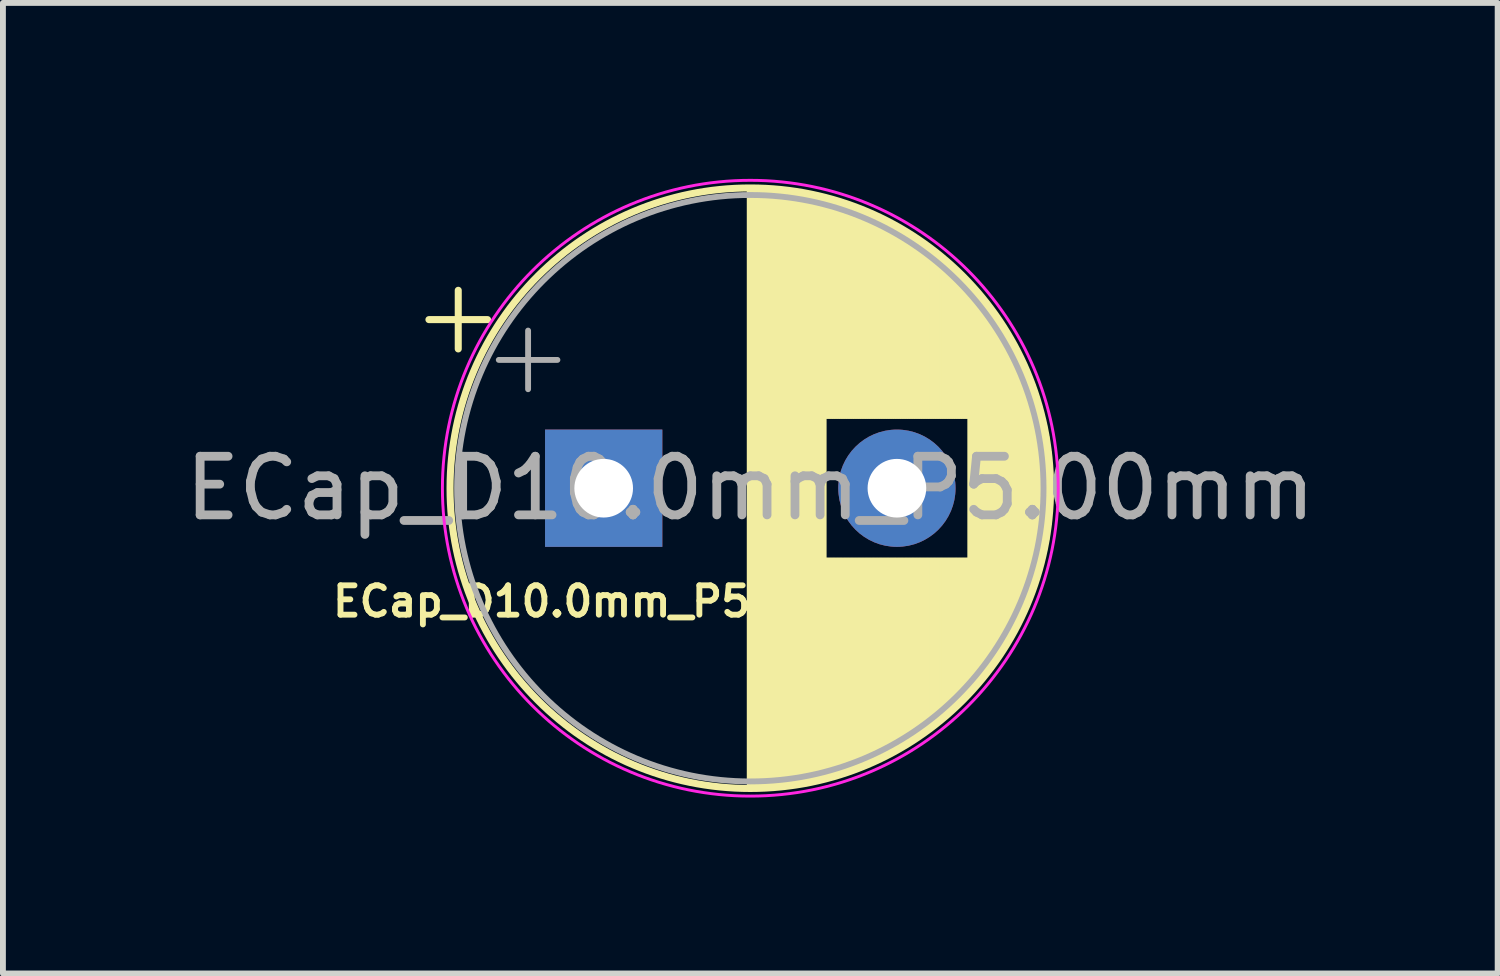
<source format=kicad_pcb>
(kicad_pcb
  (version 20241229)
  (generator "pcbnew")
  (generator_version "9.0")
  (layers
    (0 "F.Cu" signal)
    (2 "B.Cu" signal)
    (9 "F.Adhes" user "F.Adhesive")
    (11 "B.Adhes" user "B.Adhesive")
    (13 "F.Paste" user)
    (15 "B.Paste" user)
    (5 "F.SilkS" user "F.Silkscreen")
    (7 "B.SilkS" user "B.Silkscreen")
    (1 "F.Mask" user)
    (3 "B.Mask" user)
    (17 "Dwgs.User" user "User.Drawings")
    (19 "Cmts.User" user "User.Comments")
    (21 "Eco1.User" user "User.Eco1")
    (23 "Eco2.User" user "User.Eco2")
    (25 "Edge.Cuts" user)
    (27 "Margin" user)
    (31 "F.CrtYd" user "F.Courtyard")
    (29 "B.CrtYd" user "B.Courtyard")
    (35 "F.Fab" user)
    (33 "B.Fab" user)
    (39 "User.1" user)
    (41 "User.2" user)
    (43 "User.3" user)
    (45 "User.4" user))
  (footprint "ECap_D10.0mm_P5.00mm"
    (layer "F.Cu")
    (at 7.244 5.275)
    (property "Reference" "ECap_D10.0mm_P5.00mm" (at 0.203 1.93 0) (layer "F.SilkS") (effects (font (size 0.5 0.5) (thickness 0.1))))
    (attr through_hole)
    (fp_line (start -2.98 -2.875) (end -1.98 -2.875) (stroke (width 0.12) (type solid)) (layer "F.SilkS"))
    (fp_line (start -2.48 -3.375) (end -2.48 -2.375) (stroke (width 0.12) (type solid)) (layer "F.SilkS"))
    (fp_line (start 2.5 -5.08) (end 2.5 5.08) (stroke (width 0.12) (type solid)) (layer "F.SilkS"))
    (fp_line (start 2.54 -5.08) (end 2.54 5.08) (stroke (width 0.12) (type solid)) (layer "F.SilkS"))
    (fp_line (start 2.58 -5.08) (end 2.58 5.08) (stroke (width 0.12) (type solid)) (layer "F.SilkS"))
    (fp_line (start 2.62 -5.079) (end 2.62 5.079) (stroke (width 0.12) (type solid)) (layer "F.SilkS"))
    (fp_line (start 2.66 -5.078) (end 2.66 5.078) (stroke (width 0.12) (type solid)) (layer "F.SilkS"))
    (fp_line (start 2.7 -5.077) (end 2.7 5.077) (stroke (width 0.12) (type solid)) (layer "F.SilkS"))
    (fp_line (start 2.74 -5.075) (end 2.74 5.075) (stroke (width 0.12) (type solid)) (layer "F.SilkS"))
    (fp_line (start 2.78 -5.073) (end 2.78 5.073) (stroke (width 0.12) (type solid)) (layer "F.SilkS"))
    (fp_line (start 2.82 -5.07) (end 2.82 5.07) (stroke (width 0.12) (type solid)) (layer "F.SilkS"))
    (fp_line (start 2.86 -5.068) (end 2.86 5.068) (stroke (width 0.12) (type solid)) (layer "F.SilkS"))
    (fp_line (start 2.9 -5.065) (end 2.9 5.065) (stroke (width 0.12) (type solid)) (layer "F.SilkS"))
    (fp_line (start 2.94 -5.062) (end 2.94 5.062) (stroke (width 0.12) (type solid)) (layer "F.SilkS"))
    (fp_line (start 2.98 -5.058) (end 2.98 5.058) (stroke (width 0.12) (type solid)) (layer "F.SilkS"))
    (fp_line (start 3.02 -5.054) (end 3.02 5.054) (stroke (width 0.12) (type solid)) (layer "F.SilkS"))
    (fp_line (start 3.06 -5.05) (end 3.06 5.05) (stroke (width 0.12) (type solid)) (layer "F.SilkS"))
    (fp_line (start 3.1 -5.045) (end 3.1 5.045) (stroke (width 0.12) (type solid)) (layer "F.SilkS"))
    (fp_line (start 3.14 -5.04) (end 3.14 5.04) (stroke (width 0.12) (type solid)) (layer "F.SilkS"))
    (fp_line (start 3.18 -5.035) (end 3.18 5.035) (stroke (width 0.12) (type solid)) (layer "F.SilkS"))
    (fp_line (start 3.221 -5.03) (end 3.221 5.03) (stroke (width 0.12) (type solid)) (layer "F.SilkS"))
    (fp_line (start 3.261 -5.024) (end 3.261 5.024) (stroke (width 0.12) (type solid)) (layer "F.SilkS"))
    (fp_line (start 3.301 -5.018) (end 3.301 5.018) (stroke (width 0.12) (type solid)) (layer "F.SilkS"))
    (fp_line (start 3.341 -5.011) (end 3.341 5.011) (stroke (width 0.12) (type solid)) (layer "F.SilkS"))
    (fp_line (start 3.381 -5.004) (end 3.381 5.004) (stroke (width 0.12) (type solid)) (layer "F.SilkS"))
    (fp_line (start 3.421 -4.997) (end 3.421 4.997) (stroke (width 0.12) (type solid)) (layer "F.SilkS"))
    (fp_line (start 3.461 -4.99) (end 3.461 4.99) (stroke (width 0.12) (type solid)) (layer "F.SilkS"))
    (fp_line (start 3.501 -4.982) (end 3.501 4.982) (stroke (width 0.12) (type solid)) (layer "F.SilkS"))
    (fp_line (start 3.541 -4.974) (end 3.541 4.974) (stroke (width 0.12) (type solid)) (layer "F.SilkS"))
    (fp_line (start 3.581 -4.965) (end 3.581 4.965) (stroke (width 0.12) (type solid)) (layer "F.SilkS"))
    (fp_line (start 3.621 -4.956) (end 3.621 4.956) (stroke (width 0.12) (type solid)) (layer "F.SilkS"))
    (fp_line (start 3.661 -4.947) (end 3.661 4.947) (stroke (width 0.12) (type solid)) (layer "F.SilkS"))
    (fp_line (start 3.701 -4.938) (end 3.701 4.938) (stroke (width 0.12) (type solid)) (layer "F.SilkS"))
    (fp_line (start 3.741 -4.928) (end 3.741 4.928) (stroke (width 0.12) (type solid)) (layer "F.SilkS"))
    (fp_line (start 3.781 -4.918) (end 3.781 -1.241) (stroke (width 0.12) (type solid)) (layer "F.SilkS"))
    (fp_line (start 3.781 1.241) (end 3.781 4.918) (stroke (width 0.12) (type solid)) (layer "F.SilkS"))
    (fp_line (start 3.821 -4.907) (end 3.821 -1.241) (stroke (width 0.12) (type solid)) (layer "F.SilkS"))
    (fp_line (start 3.821 1.241) (end 3.821 4.907) (stroke (width 0.12) (type solid)) (layer "F.SilkS"))
    (fp_line (start 3.861 -4.897) (end 3.861 -1.241) (stroke (width 0.12) (type solid)) (layer "F.SilkS"))
    (fp_line (start 3.861 1.241) (end 3.861 4.897) (stroke (width 0.12) (type solid)) (layer "F.SilkS"))
    (fp_line (start 3.901 -4.885) (end 3.901 -1.241) (stroke (width 0.12) (type solid)) (layer "F.SilkS"))
    (fp_line (start 3.901 1.241) (end 3.901 4.885) (stroke (width 0.12) (type solid)) (layer "F.SilkS"))
    (fp_line (start 3.941 -4.874) (end 3.941 -1.241) (stroke (width 0.12) (type solid)) (layer "F.SilkS"))
    (fp_line (start 3.941 1.241) (end 3.941 4.874) (stroke (width 0.12) (type solid)) (layer "F.SilkS"))
    (fp_line (start 3.981 -4.862) (end 3.981 -1.241) (stroke (width 0.12) (type solid)) (layer "F.SilkS"))
    (fp_line (start 3.981 1.241) (end 3.981 4.862) (stroke (width 0.12) (type solid)) (layer "F.SilkS"))
    (fp_line (start 4.021 -4.85) (end 4.021 -1.241) (stroke (width 0.12) (type solid)) (layer "F.SilkS"))
    (fp_line (start 4.021 1.241) (end 4.021 4.85) (stroke (width 0.12) (type solid)) (layer "F.SilkS"))
    (fp_line (start 4.061 -4.837) (end 4.061 -1.241) (stroke (width 0.12) (type solid)) (layer "F.SilkS"))
    (fp_line (start 4.061 1.241) (end 4.061 4.837) (stroke (width 0.12) (type solid)) (layer "F.SilkS"))
    (fp_line (start 4.101 -4.824) (end 4.101 -1.241) (stroke (width 0.12) (type solid)) (layer "F.SilkS"))
    (fp_line (start 4.101 1.241) (end 4.101 4.824) (stroke (width 0.12) (type solid)) (layer "F.SilkS"))
    (fp_line (start 4.141 -4.811) (end 4.141 -1.241) (stroke (width 0.12) (type solid)) (layer "F.SilkS"))
    (fp_line (start 4.141 1.241) (end 4.141 4.811) (stroke (width 0.12) (type solid)) (layer "F.SilkS"))
    (fp_line (start 4.181 -4.797) (end 4.181 -1.241) (stroke (width 0.12) (type solid)) (layer "F.SilkS"))
    (fp_line (start 4.181 1.241) (end 4.181 4.797) (stroke (width 0.12) (type solid)) (layer "F.SilkS"))
    (fp_line (start 4.221 -4.783) (end 4.221 -1.241) (stroke (width 0.12) (type solid)) (layer "F.SilkS"))
    (fp_line (start 4.221 1.241) (end 4.221 4.783) (stroke (width 0.12) (type solid)) (layer "F.SilkS"))
    (fp_line (start 4.261 -4.768) (end 4.261 -1.241) (stroke (width 0.12) (type solid)) (layer "F.SilkS"))
    (fp_line (start 4.261 1.241) (end 4.261 4.768) (stroke (width 0.12) (type solid)) (layer "F.SilkS"))
    (fp_line (start 4.301 -4.754) (end 4.301 -1.241) (stroke (width 0.12) (type solid)) (layer "F.SilkS"))
    (fp_line (start 4.301 1.241) (end 4.301 4.754) (stroke (width 0.12) (type solid)) (layer "F.SilkS"))
    (fp_line (start 4.341 -4.738) (end 4.341 -1.241) (stroke (width 0.12) (type solid)) (layer "F.SilkS"))
    (fp_line (start 4.341 1.241) (end 4.341 4.738) (stroke (width 0.12) (type solid)) (layer "F.SilkS"))
    (fp_line (start 4.381 -4.723) (end 4.381 -1.241) (stroke (width 0.12) (type solid)) (layer "F.SilkS"))
    (fp_line (start 4.381 1.241) (end 4.381 4.723) (stroke (width 0.12) (type solid)) (layer "F.SilkS"))
    (fp_line (start 4.421 -4.707) (end 4.421 -1.241) (stroke (width 0.12) (type solid)) (layer "F.SilkS"))
    (fp_line (start 4.421 1.241) (end 4.421 4.707) (stroke (width 0.12) (type solid)) (layer "F.SilkS"))
    (fp_line (start 4.461 -4.69) (end 4.461 -1.241) (stroke (width 0.12) (type solid)) (layer "F.SilkS"))
    (fp_line (start 4.461 1.241) (end 4.461 4.69) (stroke (width 0.12) (type solid)) (layer "F.SilkS"))
    (fp_line (start 4.501 -4.674) (end 4.501 -1.241) (stroke (width 0.12) (type solid)) (layer "F.SilkS"))
    (fp_line (start 4.501 1.241) (end 4.501 4.674) (stroke (width 0.12) (type solid)) (layer "F.SilkS"))
    (fp_line (start 4.541 -4.657) (end 4.541 -1.241) (stroke (width 0.12) (type solid)) (layer "F.SilkS"))
    (fp_line (start 4.541 1.241) (end 4.541 4.657) (stroke (width 0.12) (type solid)) (layer "F.SilkS"))
    (fp_line (start 4.581 -4.639) (end 4.581 -1.241) (stroke (width 0.12) (type solid)) (layer "F.SilkS"))
    (fp_line (start 4.581 1.241) (end 4.581 4.639) (stroke (width 0.12) (type solid)) (layer "F.SilkS"))
    (fp_line (start 4.621 -4.621) (end 4.621 -1.241) (stroke (width 0.12) (type solid)) (layer "F.SilkS"))
    (fp_line (start 4.621 1.241) (end 4.621 4.621) (stroke (width 0.12) (type solid)) (layer "F.SilkS"))
    (fp_line (start 4.661 -4.603) (end 4.661 -1.241) (stroke (width 0.12) (type solid)) (layer "F.SilkS"))
    (fp_line (start 4.661 1.241) (end 4.661 4.603) (stroke (width 0.12) (type solid)) (layer "F.SilkS"))
    (fp_line (start 4.701 -4.584) (end 4.701 -1.241) (stroke (width 0.12) (type solid)) (layer "F.SilkS"))
    (fp_line (start 4.701 1.241) (end 4.701 4.584) (stroke (width 0.12) (type solid)) (layer "F.SilkS"))
    (fp_line (start 4.741 -4.564) (end 4.741 -1.241) (stroke (width 0.12) (type solid)) (layer "F.SilkS"))
    (fp_line (start 4.741 1.241) (end 4.741 4.564) (stroke (width 0.12) (type solid)) (layer "F.SilkS"))
    (fp_line (start 4.781 -4.545) (end 4.781 -1.241) (stroke (width 0.12) (type solid)) (layer "F.SilkS"))
    (fp_line (start 4.781 1.241) (end 4.781 4.545) (stroke (width 0.12) (type solid)) (layer "F.SilkS"))
    (fp_line (start 4.821 -4.525) (end 4.821 -1.241) (stroke (width 0.12) (type solid)) (layer "F.SilkS"))
    (fp_line (start 4.821 1.241) (end 4.821 4.525) (stroke (width 0.12) (type solid)) (layer "F.SilkS"))
    (fp_line (start 4.861 -4.504) (end 4.861 -1.241) (stroke (width 0.12) (type solid)) (layer "F.SilkS"))
    (fp_line (start 4.861 1.241) (end 4.861 4.504) (stroke (width 0.12) (type solid)) (layer "F.SilkS"))
    (fp_line (start 4.901 -4.483) (end 4.901 -1.241) (stroke (width 0.12) (type solid)) (layer "F.SilkS"))
    (fp_line (start 4.901 1.241) (end 4.901 4.483) (stroke (width 0.12) (type solid)) (layer "F.SilkS"))
    (fp_line (start 4.941 -4.462) (end 4.941 -1.241) (stroke (width 0.12) (type solid)) (layer "F.SilkS"))
    (fp_line (start 4.941 1.241) (end 4.941 4.462) (stroke (width 0.12) (type solid)) (layer "F.SilkS"))
    (fp_line (start 4.981 -4.44) (end 4.981 -1.241) (stroke (width 0.12) (type solid)) (layer "F.SilkS"))
    (fp_line (start 4.981 1.241) (end 4.981 4.44) (stroke (width 0.12) (type solid)) (layer "F.SilkS"))
    (fp_line (start 5.021 -4.417) (end 5.021 -1.241) (stroke (width 0.12) (type solid)) (layer "F.SilkS"))
    (fp_line (start 5.021 1.241) (end 5.021 4.417) (stroke (width 0.12) (type solid)) (layer "F.SilkS"))
    (fp_line (start 5.061 -4.395) (end 5.061 -1.241) (stroke (width 0.12) (type solid)) (layer "F.SilkS"))
    (fp_line (start 5.061 1.241) (end 5.061 4.395) (stroke (width 0.12) (type solid)) (layer "F.SilkS"))
    (fp_line (start 5.101 -4.371) (end 5.101 -1.241) (stroke (width 0.12) (type solid)) (layer "F.SilkS"))
    (fp_line (start 5.101 1.241) (end 5.101 4.371) (stroke (width 0.12) (type solid)) (layer "F.SilkS"))
    (fp_line (start 5.141 -4.347) (end 5.141 -1.241) (stroke (width 0.12) (type solid)) (layer "F.SilkS"))
    (fp_line (start 5.141 1.241) (end 5.141 4.347) (stroke (width 0.12) (type solid)) (layer "F.SilkS"))
    (fp_line (start 5.181 -4.323) (end 5.181 -1.241) (stroke (width 0.12) (type solid)) (layer "F.SilkS"))
    (fp_line (start 5.181 1.241) (end 5.181 4.323) (stroke (width 0.12) (type solid)) (layer "F.SilkS"))
    (fp_line (start 5.221 -4.298) (end 5.221 -1.241) (stroke (width 0.12) (type solid)) (layer "F.SilkS"))
    (fp_line (start 5.221 1.241) (end 5.221 4.298) (stroke (width 0.12) (type solid)) (layer "F.SilkS"))
    (fp_line (start 5.261 -4.273) (end 5.261 -1.241) (stroke (width 0.12) (type solid)) (layer "F.SilkS"))
    (fp_line (start 5.261 1.241) (end 5.261 4.273) (stroke (width 0.12) (type solid)) (layer "F.SilkS"))
    (fp_line (start 5.301 -4.247) (end 5.301 -1.241) (stroke (width 0.12) (type solid)) (layer "F.SilkS"))
    (fp_line (start 5.301 1.241) (end 5.301 4.247) (stroke (width 0.12) (type solid)) (layer "F.SilkS"))
    (fp_line (start 5.341 -4.221) (end 5.341 -1.241) (stroke (width 0.12) (type solid)) (layer "F.SilkS"))
    (fp_line (start 5.341 1.241) (end 5.341 4.221) (stroke (width 0.12) (type solid)) (layer "F.SilkS"))
    (fp_line (start 5.381 -4.194) (end 5.381 -1.241) (stroke (width 0.12) (type solid)) (layer "F.SilkS"))
    (fp_line (start 5.381 1.241) (end 5.381 4.194) (stroke (width 0.12) (type solid)) (layer "F.SilkS"))
    (fp_line (start 5.421 -4.166) (end 5.421 -1.241) (stroke (width 0.12) (type solid)) (layer "F.SilkS"))
    (fp_line (start 5.421 1.241) (end 5.421 4.166) (stroke (width 0.12) (type solid)) (layer "F.SilkS"))
    (fp_line (start 5.461 -4.138) (end 5.461 -1.241) (stroke (width 0.12) (type solid)) (layer "F.SilkS"))
    (fp_line (start 5.461 1.241) (end 5.461 4.138) (stroke (width 0.12) (type solid)) (layer "F.SilkS"))
    (fp_line (start 5.501 -4.11) (end 5.501 -1.241) (stroke (width 0.12) (type solid)) (layer "F.SilkS"))
    (fp_line (start 5.501 1.241) (end 5.501 4.11) (stroke (width 0.12) (type solid)) (layer "F.SilkS"))
    (fp_line (start 5.541 -4.08) (end 5.541 -1.241) (stroke (width 0.12) (type solid)) (layer "F.SilkS"))
    (fp_line (start 5.541 1.241) (end 5.541 4.08) (stroke (width 0.12) (type solid)) (layer "F.SilkS"))
    (fp_line (start 5.581 -4.05) (end 5.581 -1.241) (stroke (width 0.12) (type solid)) (layer "F.SilkS"))
    (fp_line (start 5.581 1.241) (end 5.581 4.05) (stroke (width 0.12) (type solid)) (layer "F.SilkS"))
    (fp_line (start 5.621 -4.02) (end 5.621 -1.241) (stroke (width 0.12) (type solid)) (layer "F.SilkS"))
    (fp_line (start 5.621 1.241) (end 5.621 4.02) (stroke (width 0.12) (type solid)) (layer "F.SilkS"))
    (fp_line (start 5.661 -3.989) (end 5.661 -1.241) (stroke (width 0.12) (type solid)) (layer "F.SilkS"))
    (fp_line (start 5.661 1.241) (end 5.661 3.989) (stroke (width 0.12) (type solid)) (layer "F.SilkS"))
    (fp_line (start 5.701 -3.957) (end 5.701 -1.241) (stroke (width 0.12) (type solid)) (layer "F.SilkS"))
    (fp_line (start 5.701 1.241) (end 5.701 3.957) (stroke (width 0.12) (type solid)) (layer "F.SilkS"))
    (fp_line (start 5.741 -3.925) (end 5.741 -1.241) (stroke (width 0.12) (type solid)) (layer "F.SilkS"))
    (fp_line (start 5.741 1.241) (end 5.741 3.925) (stroke (width 0.12) (type solid)) (layer "F.SilkS"))
    (fp_line (start 5.781 -3.892) (end 5.781 -1.241) (stroke (width 0.12) (type solid)) (layer "F.SilkS"))
    (fp_line (start 5.781 1.241) (end 5.781 3.892) (stroke (width 0.12) (type solid)) (layer "F.SilkS"))
    (fp_line (start 5.821 -3.858) (end 5.821 -1.241) (stroke (width 0.12) (type solid)) (layer "F.SilkS"))
    (fp_line (start 5.821 1.241) (end 5.821 3.858) (stroke (width 0.12) (type solid)) (layer "F.SilkS"))
    (fp_line (start 5.861 -3.824) (end 5.861 -1.241) (stroke (width 0.12) (type solid)) (layer "F.SilkS"))
    (fp_line (start 5.861 1.241) (end 5.861 3.824) (stroke (width 0.12) (type solid)) (layer "F.SilkS"))
    (fp_line (start 5.901 -3.789) (end 5.901 -1.241) (stroke (width 0.12) (type solid)) (layer "F.SilkS"))
    (fp_line (start 5.901 1.241) (end 5.901 3.789) (stroke (width 0.12) (type solid)) (layer "F.SilkS"))
    (fp_line (start 5.941 -3.753) (end 5.941 -1.241) (stroke (width 0.12) (type solid)) (layer "F.SilkS"))
    (fp_line (start 5.941 1.241) (end 5.941 3.753) (stroke (width 0.12) (type solid)) (layer "F.SilkS"))
    (fp_line (start 5.981 -3.716) (end 5.981 -1.241) (stroke (width 0.12) (type solid)) (layer "F.SilkS"))
    (fp_line (start 5.981 1.241) (end 5.981 3.716) (stroke (width 0.12) (type solid)) (layer "F.SilkS"))
    (fp_line (start 6.021 -3.679) (end 6.021 -1.241) (stroke (width 0.12) (type solid)) (layer "F.SilkS"))
    (fp_line (start 6.021 1.241) (end 6.021 3.679) (stroke (width 0.12) (type solid)) (layer "F.SilkS"))
    (fp_line (start 6.061 -3.64) (end 6.061 -1.241) (stroke (width 0.12) (type solid)) (layer "F.SilkS"))
    (fp_line (start 6.061 1.241) (end 6.061 3.64) (stroke (width 0.12) (type solid)) (layer "F.SilkS"))
    (fp_line (start 6.101 -3.601) (end 6.101 -1.241) (stroke (width 0.12) (type solid)) (layer "F.SilkS"))
    (fp_line (start 6.101 1.241) (end 6.101 3.601) (stroke (width 0.12) (type solid)) (layer "F.SilkS"))
    (fp_line (start 6.141 -3.561) (end 6.141 -1.241) (stroke (width 0.12) (type solid)) (layer "F.SilkS"))
    (fp_line (start 6.141 1.241) (end 6.141 3.561) (stroke (width 0.12) (type solid)) (layer "F.SilkS"))
    (fp_line (start 6.181 -3.52) (end 6.181 -1.241) (stroke (width 0.12) (type solid)) (layer "F.SilkS"))
    (fp_line (start 6.181 1.241) (end 6.181 3.52) (stroke (width 0.12) (type solid)) (layer "F.SilkS"))
    (fp_line (start 6.221 -3.478) (end 6.221 -1.241) (stroke (width 0.12) (type solid)) (layer "F.SilkS"))
    (fp_line (start 6.221 1.241) (end 6.221 3.478) (stroke (width 0.12) (type solid)) (layer "F.SilkS"))
    (fp_line (start 6.261 -3.436) (end 6.261 3.436) (stroke (width 0.12) (type solid)) (layer "F.SilkS"))
    (fp_line (start 6.301 -3.392) (end 6.301 3.392) (stroke (width 0.12) (type solid)) (layer "F.SilkS"))
    (fp_line (start 6.341 -3.347) (end 6.341 3.347) (stroke (width 0.12) (type solid)) (layer "F.SilkS"))
    (fp_line (start 6.381 -3.301) (end 6.381 3.301) (stroke (width 0.12) (type solid)) (layer "F.SilkS"))
    (fp_line (start 6.421 -3.254) (end 6.421 3.254) (stroke (width 0.12) (type solid)) (layer "F.SilkS"))
    (fp_line (start 6.461 -3.206) (end 6.461 3.206) (stroke (width 0.12) (type solid)) (layer "F.SilkS"))
    (fp_line (start 6.501 -3.156) (end 6.501 3.156) (stroke (width 0.12) (type solid)) (layer "F.SilkS"))
    (fp_line (start 6.541 -3.106) (end 6.541 3.106) (stroke (width 0.12) (type solid)) (layer "F.SilkS"))
    (fp_line (start 6.581 -3.054) (end 6.581 3.054) (stroke (width 0.12) (type solid)) (layer "F.SilkS"))
    (fp_line (start 6.621 -3) (end 6.621 3) (stroke (width 0.12) (type solid)) (layer "F.SilkS"))
    (fp_line (start 6.661 -2.945) (end 6.661 2.945) (stroke (width 0.12) (type solid)) (layer "F.SilkS"))
    (fp_line (start 6.701 -2.889) (end 6.701 2.889) (stroke (width 0.12) (type solid)) (layer "F.SilkS"))
    (fp_line (start 6.741 -2.83) (end 6.741 2.83) (stroke (width 0.12) (type solid)) (layer "F.SilkS"))
    (fp_line (start 6.781 -2.77) (end 6.781 2.77) (stroke (width 0.12) (type solid)) (layer "F.SilkS"))
    (fp_line (start 6.821 -2.709) (end 6.821 2.709) (stroke (width 0.12) (type solid)) (layer "F.SilkS"))
    (fp_line (start 6.861 -2.645) (end 6.861 2.645) (stroke (width 0.12) (type solid)) (layer "F.SilkS"))
    (fp_line (start 6.901 -2.579) (end 6.901 2.579) (stroke (width 0.12) (type solid)) (layer "F.SilkS"))
    (fp_line (start 6.941 -2.51) (end 6.941 2.51) (stroke (width 0.12) (type solid)) (layer "F.SilkS"))
    (fp_line (start 6.981 -2.439) (end 6.981 2.439) (stroke (width 0.12) (type solid)) (layer "F.SilkS"))
    (fp_line (start 7.021 -2.365) (end 7.021 2.365) (stroke (width 0.12) (type solid)) (layer "F.SilkS"))
    (fp_line (start 7.061 -2.289) (end 7.061 2.289) (stroke (width 0.12) (type solid)) (layer "F.SilkS"))
    (fp_line (start 7.101 -2.209) (end 7.101 2.209) (stroke (width 0.12) (type solid)) (layer "F.SilkS"))
    (fp_line (start 7.141 -2.125) (end 7.141 2.125) (stroke (width 0.12) (type solid)) (layer "F.SilkS"))
    (fp_line (start 7.181 -2.037) (end 7.181 2.037) (stroke (width 0.12) (type solid)) (layer "F.SilkS"))
    (fp_line (start 7.221 -1.944) (end 7.221 1.944) (stroke (width 0.12) (type solid)) (layer "F.SilkS"))
    (fp_line (start 7.261 -1.846) (end 7.261 1.846) (stroke (width 0.12) (type solid)) (layer "F.SilkS"))
    (fp_line (start 7.301 -1.742) (end 7.301 1.742) (stroke (width 0.12) (type solid)) (layer "F.SilkS"))
    (fp_line (start 7.341 -1.63) (end 7.341 1.63) (stroke (width 0.12) (type solid)) (layer "F.SilkS"))
    (fp_line (start 7.381 -1.51) (end 7.381 1.51) (stroke (width 0.12) (type solid)) (layer "F.SilkS"))
    (fp_line (start 7.421 -1.378) (end 7.421 1.378) (stroke (width 0.12) (type solid)) (layer "F.SilkS"))
    (fp_line (start 7.461 -1.23) (end 7.461 1.23) (stroke (width 0.12) (type solid)) (layer "F.SilkS"))
    (fp_line (start 7.501 -1.062) (end 7.501 1.062) (stroke (width 0.12) (type solid)) (layer "F.SilkS"))
    (fp_line (start 7.541 -0.862) (end 7.541 0.862) (stroke (width 0.12) (type solid)) (layer "F.SilkS"))
    (fp_line (start 7.581 -0.599) (end 7.581 0.599) (stroke (width 0.12) (type solid)) (layer "F.SilkS"))
    (fp_circle (center 2.5 0) (end 7.62 0) (stroke (width 0.12) (type solid)) (fill no) (layer "F.SilkS"))
    (fp_circle (center 2.5 0) (end 7.75 0) (stroke (width 0.05) (type solid)) (fill no) (layer "F.CrtYd"))
    (fp_line (start -1.789 -2.188) (end -0.789 -2.188) (stroke (width 0.1) (type solid)) (layer "F.Fab"))
    (fp_line (start -1.289 -2.688) (end -1.289 -1.688) (stroke (width 0.1) (type solid)) (layer "F.Fab"))
    (fp_circle (center 2.5 0) (end 7.5 0) (stroke (width 0.1) (type solid)) (fill no) (layer "F.Fab"))
    (fp_text user "${REFERENCE}" (at 2.5 0 0) (layer "F.Fab") (effects (font (size 1 1) (thickness 0.15))))
    (pad "1" thru_hole rect (at 0 0) (size 2 2) (drill 1) (layers "*.Cu" "*.Mask"))
    (pad "2" thru_hole circle (at 5 0) (size 2 2) (drill 1) (layers "*.Cu" "*.Mask")))
  (gr_rect
    (start -3 -3)
    (end 22.488 13.55)
    (stroke (width 0.1) (type default))
    (fill no)
    (layer "Edge.Cuts")))
</source>
